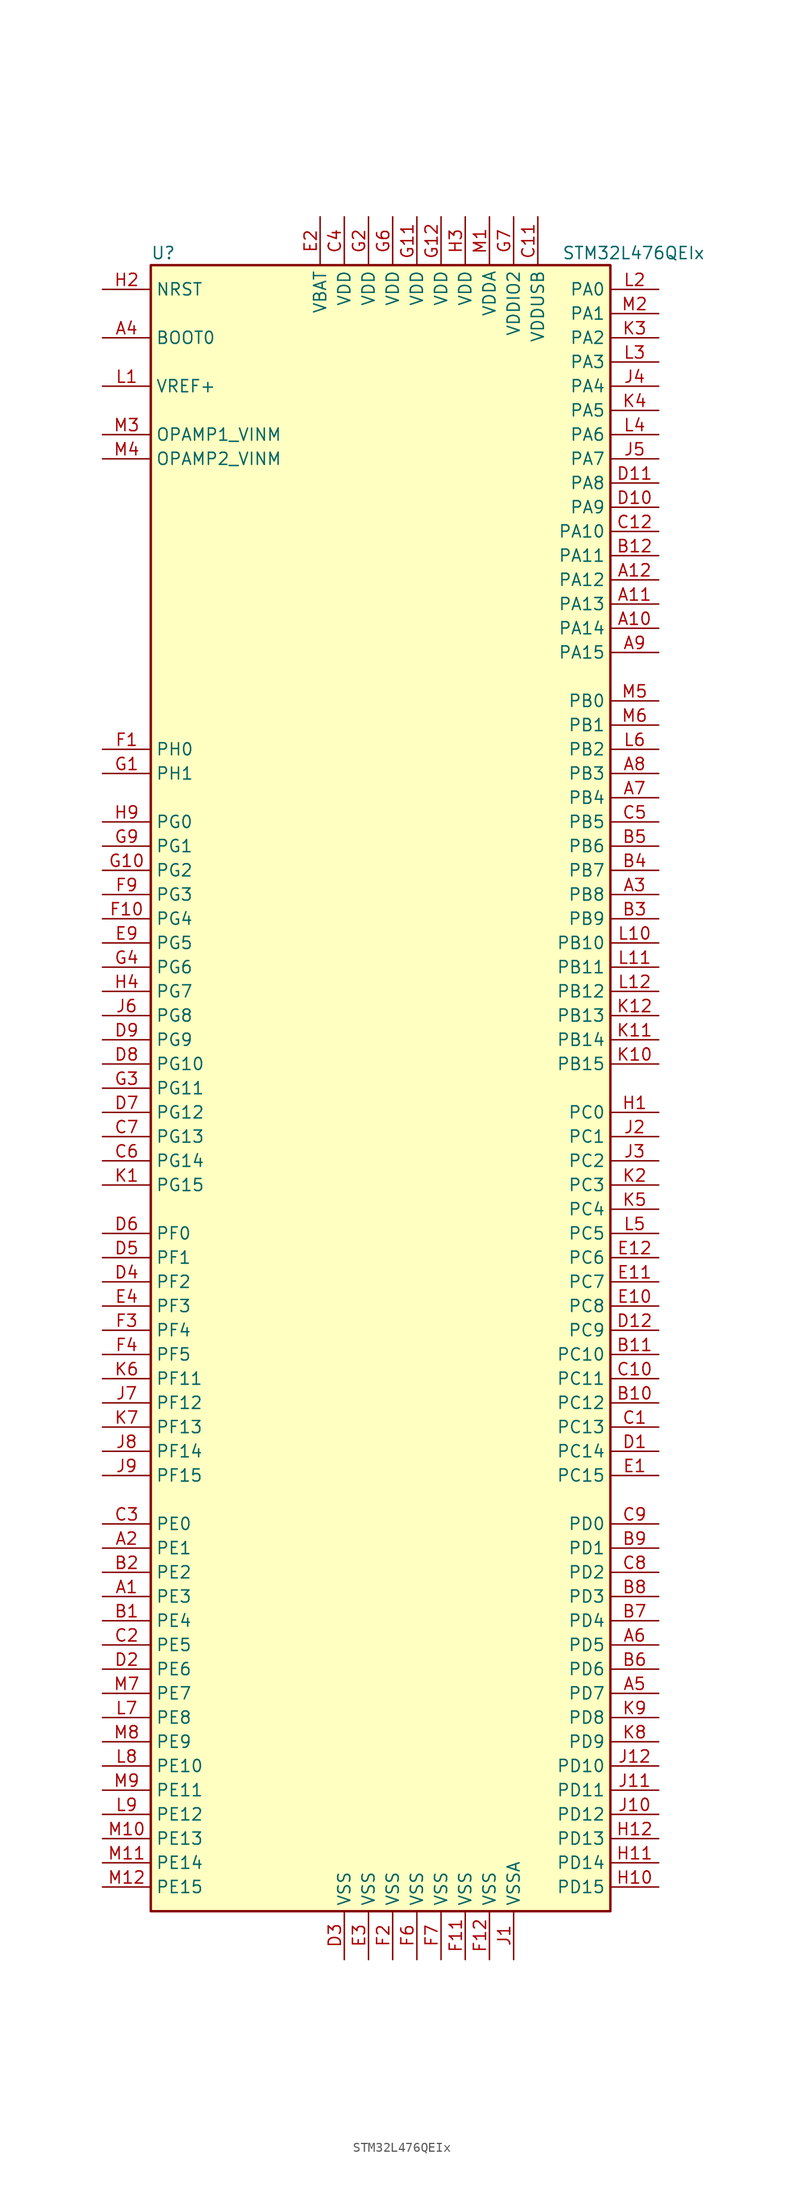
<source format=kicad_sym>
(kicad_symbol_lib
  (version 20201005)
  (generator kicad_symbol_editor)
  (symbol "STM32L476QEIx"
    (property "Reference" "U"
      (at -25.4 87.63 0)
      (effects (font (size 1.27 1.27)) (justify left)))
    (property "Value" "STM32L476QEIx"
      (at 17.78 87.63 0)
      (effects (font (size 1.27 1.27)) (justify left)))
    (symbol "STM32L476QEIx_0_1"
      (rectangle (start -25.4 -86.36) (end 22.86 86.36) (stroke (width 0.254)) (fill (type background))))
    (symbol "STM32L476QEIx_1_1"
      (pin input line (at -30.48 78.74 0) (length 5.08) (name "BOOT0" (effects (font (size 1.27 1.27)))) (number "A4" (effects (font (size 1.27 1.27)))))
      (pin input line (at -30.48 83.82 0) (length 5.08) (name "NRST" (effects (font (size 1.27 1.27)))) (number "H2" (effects (font (size 1.27 1.27)))))
      (pin bidirectional line (at -30.48 68.58 0) (length 5.08) (name "OPAMP1_VINM" (effects (font (size 1.27 1.27)))) (number "M3" (effects (font (size 1.27 1.27)))))
      (pin bidirectional line (at -30.48 66.04 0) (length 5.08) (name "OPAMP2_VINM" (effects (font (size 1.27 1.27)))) (number "M4" (effects (font (size 1.27 1.27)))))
      (pin bidirectional line (at 27.94 83.82 180) (length 5.08) (name "PA0" (effects (font (size 1.27 1.27)))) (number "L2" (effects (font (size 1.27 1.27)))))
      (pin bidirectional line (at 27.94 81.28 180) (length 5.08) (name "PA1" (effects (font (size 1.27 1.27)))) (number "M2" (effects (font (size 1.27 1.27)))))
      (pin bidirectional line (at 27.94 58.42 180) (length 5.08) (name "PA10" (effects (font (size 1.27 1.27)))) (number "C12" (effects (font (size 1.27 1.27)))))
      (pin bidirectional line (at 27.94 55.88 180) (length 5.08) (name "PA11" (effects (font (size 1.27 1.27)))) (number "B12" (effects (font (size 1.27 1.27)))))
      (pin bidirectional line (at 27.94 53.34 180) (length 5.08) (name "PA12" (effects (font (size 1.27 1.27)))) (number "A12" (effects (font (size 1.27 1.27)))))
      (pin bidirectional line (at 27.94 50.8 180) (length 5.08) (name "PA13" (effects (font (size 1.27 1.27)))) (number "A11" (effects (font (size 1.27 1.27)))))
      (pin bidirectional line (at 27.94 48.26 180) (length 5.08) (name "PA14" (effects (font (size 1.27 1.27)))) (number "A10" (effects (font (size 1.27 1.27)))))
      (pin bidirectional line (at 27.94 45.72 180) (length 5.08) (name "PA15" (effects (font (size 1.27 1.27)))) (number "A9" (effects (font (size 1.27 1.27)))))
      (pin bidirectional line (at 27.94 78.74 180) (length 5.08) (name "PA2" (effects (font (size 1.27 1.27)))) (number "K3" (effects (font (size 1.27 1.27)))))
      (pin bidirectional line (at 27.94 76.2 180) (length 5.08) (name "PA3" (effects (font (size 1.27 1.27)))) (number "L3" (effects (font (size 1.27 1.27)))))
      (pin bidirectional line (at 27.94 73.66 180) (length 5.08) (name "PA4" (effects (font (size 1.27 1.27)))) (number "J4" (effects (font (size 1.27 1.27)))))
      (pin bidirectional line (at 27.94 71.12 180) (length 5.08) (name "PA5" (effects (font (size 1.27 1.27)))) (number "K4" (effects (font (size 1.27 1.27)))))
      (pin bidirectional line (at 27.94 68.58 180) (length 5.08) (name "PA6" (effects (font (size 1.27 1.27)))) (number "L4" (effects (font (size 1.27 1.27)))))
      (pin bidirectional line (at 27.94 66.04 180) (length 5.08) (name "PA7" (effects (font (size 1.27 1.27)))) (number "J5" (effects (font (size 1.27 1.27)))))
      (pin bidirectional line (at 27.94 63.5 180) (length 5.08) (name "PA8" (effects (font (size 1.27 1.27)))) (number "D11" (effects (font (size 1.27 1.27)))))
      (pin bidirectional line (at 27.94 60.96 180) (length 5.08) (name "PA9" (effects (font (size 1.27 1.27)))) (number "D10" (effects (font (size 1.27 1.27)))))
      (pin bidirectional line (at 27.94 40.64 180) (length 5.08) (name "PB0" (effects (font (size 1.27 1.27)))) (number "M5" (effects (font (size 1.27 1.27)))))
      (pin bidirectional line (at 27.94 38.1 180) (length 5.08) (name "PB1" (effects (font (size 1.27 1.27)))) (number "M6" (effects (font (size 1.27 1.27)))))
      (pin bidirectional line (at 27.94 15.24 180) (length 5.08) (name "PB10" (effects (font (size 1.27 1.27)))) (number "L10" (effects (font (size 1.27 1.27)))))
      (pin bidirectional line (at 27.94 12.7 180) (length 5.08) (name "PB11" (effects (font (size 1.27 1.27)))) (number "L11" (effects (font (size 1.27 1.27)))))
      (pin bidirectional line (at 27.94 10.16 180) (length 5.08) (name "PB12" (effects (font (size 1.27 1.27)))) (number "L12" (effects (font (size 1.27 1.27)))))
      (pin bidirectional line (at 27.94 7.62 180) (length 5.08) (name "PB13" (effects (font (size 1.27 1.27)))) (number "K12" (effects (font (size 1.27 1.27)))))
      (pin bidirectional line (at 27.94 5.08 180) (length 5.08) (name "PB14" (effects (font (size 1.27 1.27)))) (number "K11" (effects (font (size 1.27 1.27)))))
      (pin bidirectional line (at 27.94 2.54 180) (length 5.08) (name "PB15" (effects (font (size 1.27 1.27)))) (number "K10" (effects (font (size 1.27 1.27)))))
      (pin bidirectional line (at 27.94 35.56 180) (length 5.08) (name "PB2" (effects (font (size 1.27 1.27)))) (number "L6" (effects (font (size 1.27 1.27)))))
      (pin bidirectional line (at 27.94 33.02 180) (length 5.08) (name "PB3" (effects (font (size 1.27 1.27)))) (number "A8" (effects (font (size 1.27 1.27)))))
      (pin bidirectional line (at 27.94 30.48 180) (length 5.08) (name "PB4" (effects (font (size 1.27 1.27)))) (number "A7" (effects (font (size 1.27 1.27)))))
      (pin bidirectional line (at 27.94 27.94 180) (length 5.08) (name "PB5" (effects (font (size 1.27 1.27)))) (number "C5" (effects (font (size 1.27 1.27)))))
      (pin bidirectional line (at 27.94 25.4 180) (length 5.08) (name "PB6" (effects (font (size 1.27 1.27)))) (number "B5" (effects (font (size 1.27 1.27)))))
      (pin bidirectional line (at 27.94 22.86 180) (length 5.08) (name "PB7" (effects (font (size 1.27 1.27)))) (number "B4" (effects (font (size 1.27 1.27)))))
      (pin bidirectional line (at 27.94 20.32 180) (length 5.08) (name "PB8" (effects (font (size 1.27 1.27)))) (number "A3" (effects (font (size 1.27 1.27)))))
      (pin bidirectional line (at 27.94 17.78 180) (length 5.08) (name "PB9" (effects (font (size 1.27 1.27)))) (number "B3" (effects (font (size 1.27 1.27)))))
      (pin bidirectional line (at 27.94 -2.54 180) (length 5.08) (name "PC0" (effects (font (size 1.27 1.27)))) (number "H1" (effects (font (size 1.27 1.27)))))
      (pin bidirectional line (at 27.94 -5.08 180) (length 5.08) (name "PC1" (effects (font (size 1.27 1.27)))) (number "J2" (effects (font (size 1.27 1.27)))))
      (pin bidirectional line (at 27.94 -27.94 180) (length 5.08) (name "PC10" (effects (font (size 1.27 1.27)))) (number "B11" (effects (font (size 1.27 1.27)))))
      (pin bidirectional line (at 27.94 -30.48 180) (length 5.08) (name "PC11" (effects (font (size 1.27 1.27)))) (number "C10" (effects (font (size 1.27 1.27)))))
      (pin bidirectional line (at 27.94 -33.02 180) (length 5.08) (name "PC12" (effects (font (size 1.27 1.27)))) (number "B10" (effects (font (size 1.27 1.27)))))
      (pin bidirectional line (at 27.94 -35.56 180) (length 5.08) (name "PC13" (effects (font (size 1.27 1.27)))) (number "C1" (effects (font (size 1.27 1.27)))))
      (pin bidirectional line (at 27.94 -38.1 180) (length 5.08) (name "PC14" (effects (font (size 1.27 1.27)))) (number "D1" (effects (font (size 1.27 1.27)))))
      (pin bidirectional line (at 27.94 -40.64 180) (length 5.08) (name "PC15" (effects (font (size 1.27 1.27)))) (number "E1" (effects (font (size 1.27 1.27)))))
      (pin bidirectional line (at 27.94 -7.62 180) (length 5.08) (name "PC2" (effects (font (size 1.27 1.27)))) (number "J3" (effects (font (size 1.27 1.27)))))
      (pin bidirectional line (at 27.94 -10.16 180) (length 5.08) (name "PC3" (effects (font (size 1.27 1.27)))) (number "K2" (effects (font (size 1.27 1.27)))))
      (pin bidirectional line (at 27.94 -12.7 180) (length 5.08) (name "PC4" (effects (font (size 1.27 1.27)))) (number "K5" (effects (font (size 1.27 1.27)))))
      (pin bidirectional line (at 27.94 -15.24 180) (length 5.08) (name "PC5" (effects (font (size 1.27 1.27)))) (number "L5" (effects (font (size 1.27 1.27)))))
      (pin bidirectional line (at 27.94 -17.78 180) (length 5.08) (name "PC6" (effects (font (size 1.27 1.27)))) (number "E12" (effects (font (size 1.27 1.27)))))
      (pin bidirectional line (at 27.94 -20.32 180) (length 5.08) (name "PC7" (effects (font (size 1.27 1.27)))) (number "E11" (effects (font (size 1.27 1.27)))))
      (pin bidirectional line (at 27.94 -22.86 180) (length 5.08) (name "PC8" (effects (font (size 1.27 1.27)))) (number "E10" (effects (font (size 1.27 1.27)))))
      (pin bidirectional line (at 27.94 -25.4 180) (length 5.08) (name "PC9" (effects (font (size 1.27 1.27)))) (number "D12" (effects (font (size 1.27 1.27)))))
      (pin bidirectional line (at 27.94 -45.72 180) (length 5.08) (name "PD0" (effects (font (size 1.27 1.27)))) (number "C9" (effects (font (size 1.27 1.27)))))
      (pin bidirectional line (at 27.94 -48.26 180) (length 5.08) (name "PD1" (effects (font (size 1.27 1.27)))) (number "B9" (effects (font (size 1.27 1.27)))))
      (pin bidirectional line (at 27.94 -71.12 180) (length 5.08) (name "PD10" (effects (font (size 1.27 1.27)))) (number "J12" (effects (font (size 1.27 1.27)))))
      (pin bidirectional line (at 27.94 -73.66 180) (length 5.08) (name "PD11" (effects (font (size 1.27 1.27)))) (number "J11" (effects (font (size 1.27 1.27)))))
      (pin bidirectional line (at 27.94 -76.2 180) (length 5.08) (name "PD12" (effects (font (size 1.27 1.27)))) (number "J10" (effects (font (size 1.27 1.27)))))
      (pin bidirectional line (at 27.94 -78.74 180) (length 5.08) (name "PD13" (effects (font (size 1.27 1.27)))) (number "H12" (effects (font (size 1.27 1.27)))))
      (pin bidirectional line (at 27.94 -81.28 180) (length 5.08) (name "PD14" (effects (font (size 1.27 1.27)))) (number "H11" (effects (font (size 1.27 1.27)))))
      (pin bidirectional line (at 27.94 -83.82 180) (length 5.08) (name "PD15" (effects (font (size 1.27 1.27)))) (number "H10" (effects (font (size 1.27 1.27)))))
      (pin bidirectional line (at 27.94 -50.8 180) (length 5.08) (name "PD2" (effects (font (size 1.27 1.27)))) (number "C8" (effects (font (size 1.27 1.27)))))
      (pin bidirectional line (at 27.94 -53.34 180) (length 5.08) (name "PD3" (effects (font (size 1.27 1.27)))) (number "B8" (effects (font (size 1.27 1.27)))))
      (pin bidirectional line (at 27.94 -55.88 180) (length 5.08) (name "PD4" (effects (font (size 1.27 1.27)))) (number "B7" (effects (font (size 1.27 1.27)))))
      (pin bidirectional line (at 27.94 -58.42 180) (length 5.08) (name "PD5" (effects (font (size 1.27 1.27)))) (number "A6" (effects (font (size 1.27 1.27)))))
      (pin bidirectional line (at 27.94 -60.96 180) (length 5.08) (name "PD6" (effects (font (size 1.27 1.27)))) (number "B6" (effects (font (size 1.27 1.27)))))
      (pin bidirectional line (at 27.94 -63.5 180) (length 5.08) (name "PD7" (effects (font (size 1.27 1.27)))) (number "A5" (effects (font (size 1.27 1.27)))))
      (pin bidirectional line (at 27.94 -66.04 180) (length 5.08) (name "PD8" (effects (font (size 1.27 1.27)))) (number "K9" (effects (font (size 1.27 1.27)))))
      (pin bidirectional line (at 27.94 -68.58 180) (length 5.08) (name "PD9" (effects (font (size 1.27 1.27)))) (number "K8" (effects (font (size 1.27 1.27)))))
      (pin bidirectional line (at -30.48 -45.72 0) (length 5.08) (name "PE0" (effects (font (size 1.27 1.27)))) (number "C3" (effects (font (size 1.27 1.27)))))
      (pin bidirectional line (at -30.48 -48.26 0) (length 5.08) (name "PE1" (effects (font (size 1.27 1.27)))) (number "A2" (effects (font (size 1.27 1.27)))))
      (pin bidirectional line (at -30.48 -71.12 0) (length 5.08) (name "PE10" (effects (font (size 1.27 1.27)))) (number "L8" (effects (font (size 1.27 1.27)))))
      (pin bidirectional line (at -30.48 -73.66 0) (length 5.08) (name "PE11" (effects (font (size 1.27 1.27)))) (number "M9" (effects (font (size 1.27 1.27)))))
      (pin bidirectional line (at -30.48 -76.2 0) (length 5.08) (name "PE12" (effects (font (size 1.27 1.27)))) (number "L9" (effects (font (size 1.27 1.27)))))
      (pin bidirectional line (at -30.48 -78.74 0) (length 5.08) (name "PE13" (effects (font (size 1.27 1.27)))) (number "M10" (effects (font (size 1.27 1.27)))))
      (pin bidirectional line (at -30.48 -81.28 0) (length 5.08) (name "PE14" (effects (font (size 1.27 1.27)))) (number "M11" (effects (font (size 1.27 1.27)))))
      (pin bidirectional line (at -30.48 -83.82 0) (length 5.08) (name "PE15" (effects (font (size 1.27 1.27)))) (number "M12" (effects (font (size 1.27 1.27)))))
      (pin bidirectional line (at -30.48 -50.8 0) (length 5.08) (name "PE2" (effects (font (size 1.27 1.27)))) (number "B2" (effects (font (size 1.27 1.27)))))
      (pin bidirectional line (at -30.48 -53.34 0) (length 5.08) (name "PE3" (effects (font (size 1.27 1.27)))) (number "A1" (effects (font (size 1.27 1.27)))))
      (pin bidirectional line (at -30.48 -55.88 0) (length 5.08) (name "PE4" (effects (font (size 1.27 1.27)))) (number "B1" (effects (font (size 1.27 1.27)))))
      (pin bidirectional line (at -30.48 -58.42 0) (length 5.08) (name "PE5" (effects (font (size 1.27 1.27)))) (number "C2" (effects (font (size 1.27 1.27)))))
      (pin bidirectional line (at -30.48 -60.96 0) (length 5.08) (name "PE6" (effects (font (size 1.27 1.27)))) (number "D2" (effects (font (size 1.27 1.27)))))
      (pin bidirectional line (at -30.48 -63.5 0) (length 5.08) (name "PE7" (effects (font (size 1.27 1.27)))) (number "M7" (effects (font (size 1.27 1.27)))))
      (pin bidirectional line (at -30.48 -66.04 0) (length 5.08) (name "PE8" (effects (font (size 1.27 1.27)))) (number "L7" (effects (font (size 1.27 1.27)))))
      (pin bidirectional line (at -30.48 -68.58 0) (length 5.08) (name "PE9" (effects (font (size 1.27 1.27)))) (number "M8" (effects (font (size 1.27 1.27)))))
      (pin bidirectional line (at -30.48 -15.24 0) (length 5.08) (name "PF0" (effects (font (size 1.27 1.27)))) (number "D6" (effects (font (size 1.27 1.27)))))
      (pin bidirectional line (at -30.48 -17.78 0) (length 5.08) (name "PF1" (effects (font (size 1.27 1.27)))) (number "D5" (effects (font (size 1.27 1.27)))))
      (pin bidirectional line (at -30.48 -30.48 0) (length 5.08) (name "PF11" (effects (font (size 1.27 1.27)))) (number "K6" (effects (font (size 1.27 1.27)))))
      (pin bidirectional line (at -30.48 -33.02 0) (length 5.08) (name "PF12" (effects (font (size 1.27 1.27)))) (number "J7" (effects (font (size 1.27 1.27)))))
      (pin bidirectional line (at -30.48 -35.56 0) (length 5.08) (name "PF13" (effects (font (size 1.27 1.27)))) (number "K7" (effects (font (size 1.27 1.27)))))
      (pin bidirectional line (at -30.48 -38.1 0) (length 5.08) (name "PF14" (effects (font (size 1.27 1.27)))) (number "J8" (effects (font (size 1.27 1.27)))))
      (pin bidirectional line (at -30.48 -40.64 0) (length 5.08) (name "PF15" (effects (font (size 1.27 1.27)))) (number "J9" (effects (font (size 1.27 1.27)))))
      (pin bidirectional line (at -30.48 -20.32 0) (length 5.08) (name "PF2" (effects (font (size 1.27 1.27)))) (number "D4" (effects (font (size 1.27 1.27)))))
      (pin bidirectional line (at -30.48 -22.86 0) (length 5.08) (name "PF3" (effects (font (size 1.27 1.27)))) (number "E4" (effects (font (size 1.27 1.27)))))
      (pin bidirectional line (at -30.48 -25.4 0) (length 5.08) (name "PF4" (effects (font (size 1.27 1.27)))) (number "F3" (effects (font (size 1.27 1.27)))))
      (pin bidirectional line (at -30.48 -27.94 0) (length 5.08) (name "PF5" (effects (font (size 1.27 1.27)))) (number "F4" (effects (font (size 1.27 1.27)))))
      (pin bidirectional line (at -30.48 27.94 0) (length 5.08) (name "PG0" (effects (font (size 1.27 1.27)))) (number "H9" (effects (font (size 1.27 1.27)))))
      (pin bidirectional line (at -30.48 25.4 0) (length 5.08) (name "PG1" (effects (font (size 1.27 1.27)))) (number "G9" (effects (font (size 1.27 1.27)))))
      (pin bidirectional line (at -30.48 2.54 0) (length 5.08) (name "PG10" (effects (font (size 1.27 1.27)))) (number "D8" (effects (font (size 1.27 1.27)))))
      (pin bidirectional line (at -30.48 0 0) (length 5.08) (name "PG11" (effects (font (size 1.27 1.27)))) (number "G3" (effects (font (size 1.27 1.27)))))
      (pin bidirectional line (at -30.48 -2.54 0) (length 5.08) (name "PG12" (effects (font (size 1.27 1.27)))) (number "D7" (effects (font (size 1.27 1.27)))))
      (pin bidirectional line (at -30.48 -5.08 0) (length 5.08) (name "PG13" (effects (font (size 1.27 1.27)))) (number "C7" (effects (font (size 1.27 1.27)))))
      (pin bidirectional line (at -30.48 -7.62 0) (length 5.08) (name "PG14" (effects (font (size 1.27 1.27)))) (number "C6" (effects (font (size 1.27 1.27)))))
      (pin bidirectional line (at -30.48 -10.16 0) (length 5.08) (name "PG15" (effects (font (size 1.27 1.27)))) (number "K1" (effects (font (size 1.27 1.27)))))
      (pin bidirectional line (at -30.48 22.86 0) (length 5.08) (name "PG2" (effects (font (size 1.27 1.27)))) (number "G10" (effects (font (size 1.27 1.27)))))
      (pin bidirectional line (at -30.48 20.32 0) (length 5.08) (name "PG3" (effects (font (size 1.27 1.27)))) (number "F9" (effects (font (size 1.27 1.27)))))
      (pin bidirectional line (at -30.48 17.78 0) (length 5.08) (name "PG4" (effects (font (size 1.27 1.27)))) (number "F10" (effects (font (size 1.27 1.27)))))
      (pin bidirectional line (at -30.48 15.24 0) (length 5.08) (name "PG5" (effects (font (size 1.27 1.27)))) (number "E9" (effects (font (size 1.27 1.27)))))
      (pin bidirectional line (at -30.48 12.7 0) (length 5.08) (name "PG6" (effects (font (size 1.27 1.27)))) (number "G4" (effects (font (size 1.27 1.27)))))
      (pin bidirectional line (at -30.48 10.16 0) (length 5.08) (name "PG7" (effects (font (size 1.27 1.27)))) (number "H4" (effects (font (size 1.27 1.27)))))
      (pin bidirectional line (at -30.48 7.62 0) (length 5.08) (name "PG8" (effects (font (size 1.27 1.27)))) (number "J6" (effects (font (size 1.27 1.27)))))
      (pin bidirectional line (at -30.48 5.08 0) (length 5.08) (name "PG9" (effects (font (size 1.27 1.27)))) (number "D9" (effects (font (size 1.27 1.27)))))
      (pin input line (at -30.48 35.56 0) (length 5.08) (name "PH0" (effects (font (size 1.27 1.27)))) (number "F1" (effects (font (size 1.27 1.27)))))
      (pin input line (at -30.48 33.02 0) (length 5.08) (name "PH1" (effects (font (size 1.27 1.27)))) (number "G1" (effects (font (size 1.27 1.27)))))
      (pin power_in line (at -7.62 91.44 270) (length 5.08) (name "VBAT" (effects (font (size 1.27 1.27)))) (number "E2" (effects (font (size 1.27 1.27)))))
      (pin power_in line (at -5.08 91.44 270) (length 5.08) (name "VDD" (effects (font (size 1.27 1.27)))) (number "C4" (effects (font (size 1.27 1.27)))))
      (pin power_in line (at 2.54 91.44 270) (length 5.08) (name "VDD" (effects (font (size 1.27 1.27)))) (number "G11" (effects (font (size 1.27 1.27)))))
      (pin power_in line (at 5.08 91.44 270) (length 5.08) (name "VDD" (effects (font (size 1.27 1.27)))) (number "G12" (effects (font (size 1.27 1.27)))))
      (pin power_in line (at -2.54 91.44 270) (length 5.08) (name "VDD" (effects (font (size 1.27 1.27)))) (number "G2" (effects (font (size 1.27 1.27)))))
      (pin power_in line (at 0 91.44 270) (length 5.08) (name "VDD" (effects (font (size 1.27 1.27)))) (number "G6" (effects (font (size 1.27 1.27)))))
      (pin power_in line (at 7.62 91.44 270) (length 5.08) (name "VDD" (effects (font (size 1.27 1.27)))) (number "H3" (effects (font (size 1.27 1.27)))))
      (pin power_in line (at 10.16 91.44 270) (length 5.08) (name "VDDA" (effects (font (size 1.27 1.27)))) (number "M1" (effects (font (size 1.27 1.27)))))
      (pin power_in line (at 12.7 91.44 270) (length 5.08) (name "VDDIO2" (effects (font (size 1.27 1.27)))) (number "G7" (effects (font (size 1.27 1.27)))))
      (pin power_in line (at 15.24 91.44 270) (length 5.08) (name "VDDUSB" (effects (font (size 1.27 1.27)))) (number "C11" (effects (font (size 1.27 1.27)))))
      (pin bidirectional line (at -30.48 73.66 0) (length 5.08) (name "VREF+" (effects (font (size 1.27 1.27)))) (number "L1" (effects (font (size 1.27 1.27)))))
      (pin power_in line (at -5.08 -91.44 90) (length 5.08) (name "VSS" (effects (font (size 1.27 1.27)))) (number "D3" (effects (font (size 1.27 1.27)))))
      (pin power_in line (at -2.54 -91.44 90) (length 5.08) (name "VSS" (effects (font (size 1.27 1.27)))) (number "E3" (effects (font (size 1.27 1.27)))))
      (pin power_in line (at 7.62 -91.44 90) (length 5.08) (name "VSS" (effects (font (size 1.27 1.27)))) (number "F11" (effects (font (size 1.27 1.27)))))
      (pin power_in line (at 10.16 -91.44 90) (length 5.08) (name "VSS" (effects (font (size 1.27 1.27)))) (number "F12" (effects (font (size 1.27 1.27)))))
      (pin power_in line (at 0 -91.44 90) (length 5.08) (name "VSS" (effects (font (size 1.27 1.27)))) (number "F2" (effects (font (size 1.27 1.27)))))
      (pin power_in line (at 2.54 -91.44 90) (length 5.08) (name "VSS" (effects (font (size 1.27 1.27)))) (number "F6" (effects (font (size 1.27 1.27)))))
      (pin power_in line (at 5.08 -91.44 90) (length 5.08) (name "VSS" (effects (font (size 1.27 1.27)))) (number "F7" (effects (font (size 1.27 1.27)))))
      (pin power_in line (at 12.7 -91.44 90) (length 5.08) (name "VSSA" (effects (font (size 1.27 1.27)))) (number "J1" (effects (font (size 1.27 1.27))))))))
</source>
